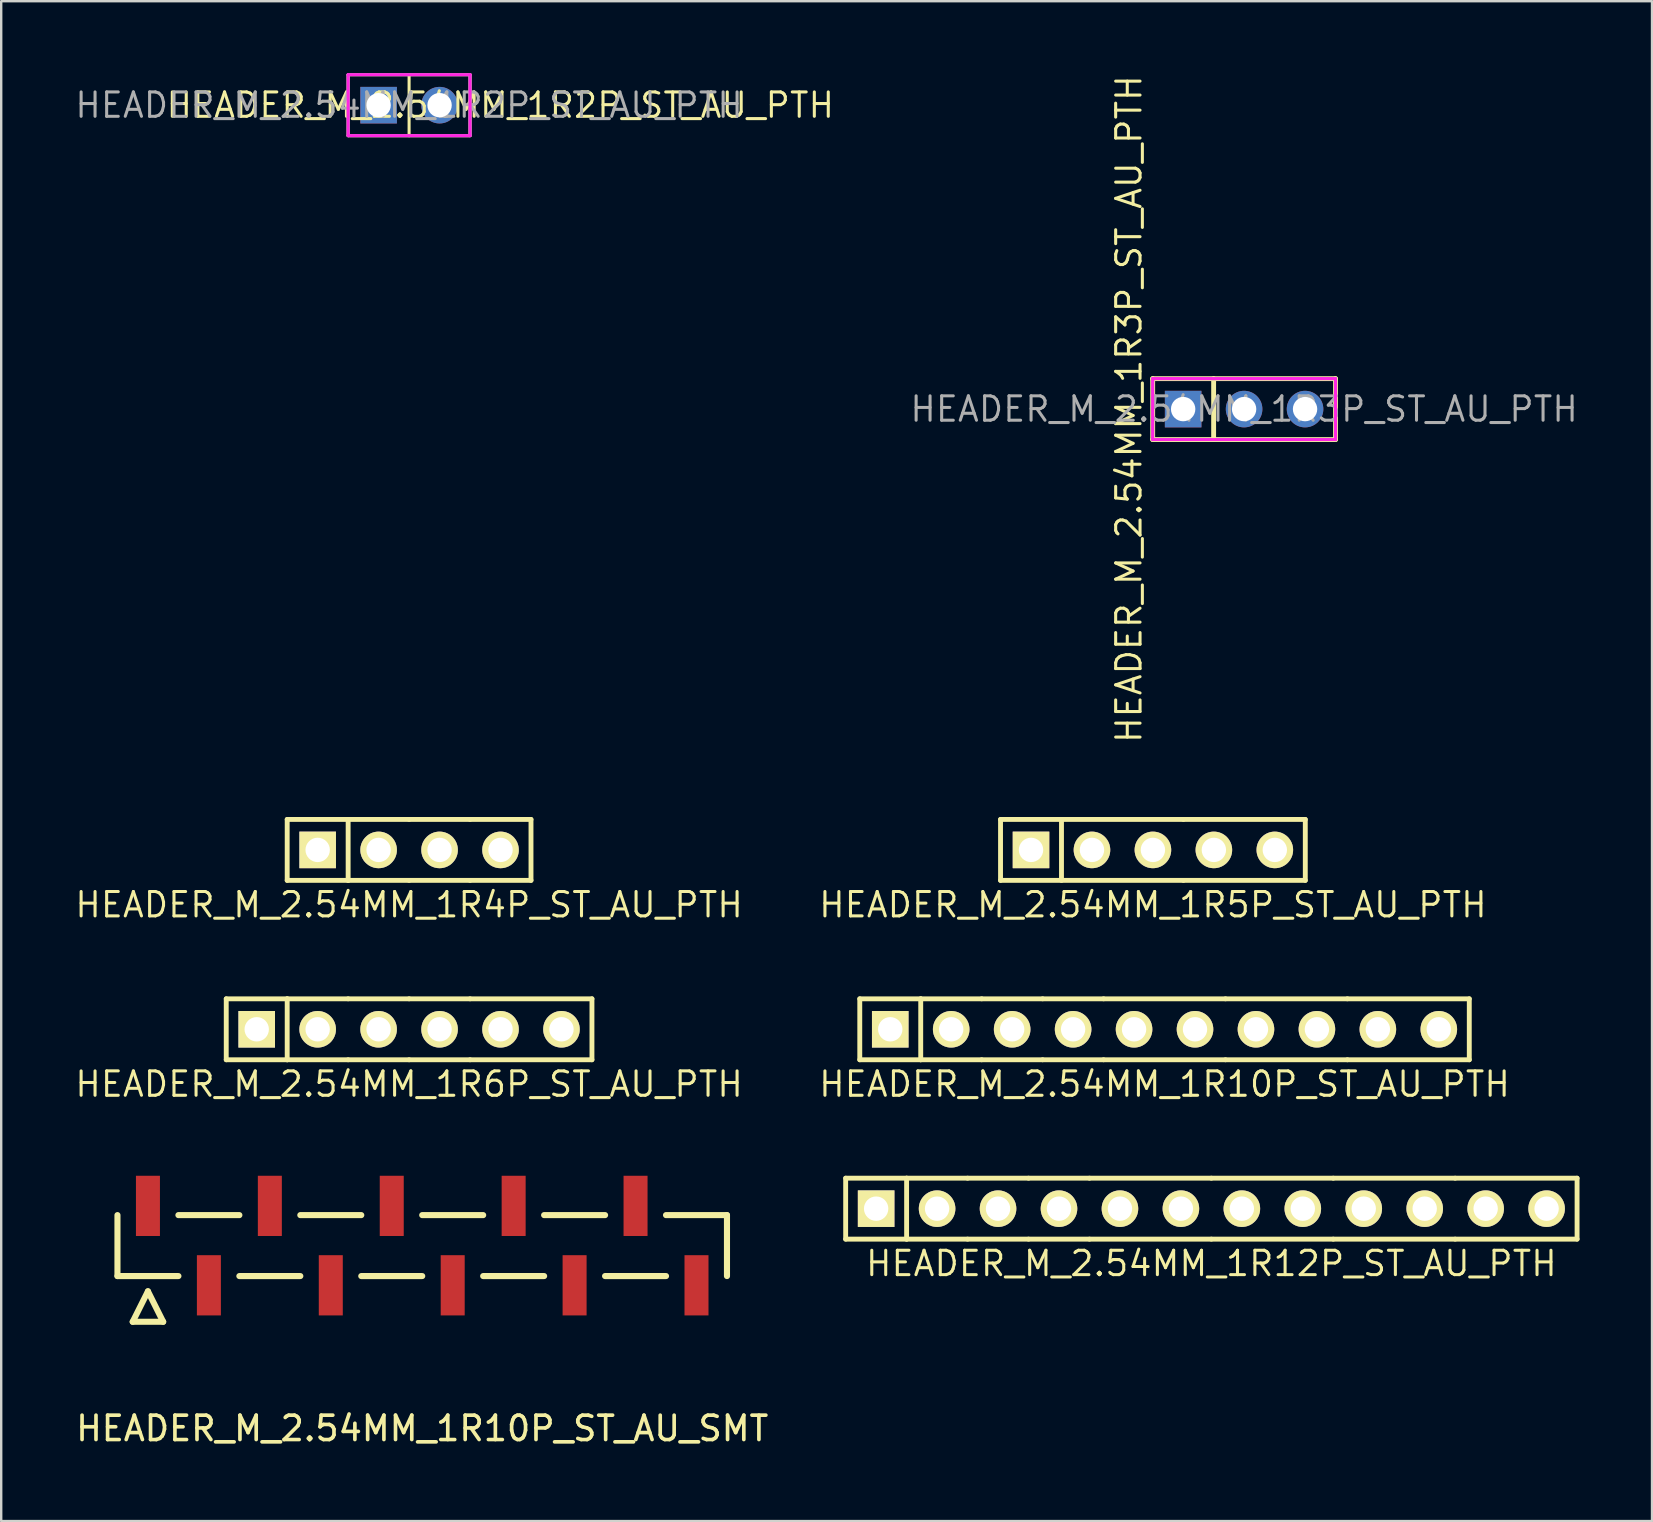
<source format=kicad_pcb>
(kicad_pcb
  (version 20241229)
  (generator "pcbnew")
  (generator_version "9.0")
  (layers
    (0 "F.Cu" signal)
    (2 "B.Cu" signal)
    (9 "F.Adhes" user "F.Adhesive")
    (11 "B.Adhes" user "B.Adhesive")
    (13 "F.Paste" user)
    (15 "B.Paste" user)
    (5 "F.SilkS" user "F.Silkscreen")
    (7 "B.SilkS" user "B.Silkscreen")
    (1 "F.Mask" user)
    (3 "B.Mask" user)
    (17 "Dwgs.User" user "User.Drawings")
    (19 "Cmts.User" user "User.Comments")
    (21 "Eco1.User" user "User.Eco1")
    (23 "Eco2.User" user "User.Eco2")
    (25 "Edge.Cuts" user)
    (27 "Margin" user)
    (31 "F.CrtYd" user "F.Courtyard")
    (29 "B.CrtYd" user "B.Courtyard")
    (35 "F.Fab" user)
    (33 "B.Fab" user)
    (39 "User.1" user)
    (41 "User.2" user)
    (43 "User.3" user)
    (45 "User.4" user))
  (footprint "HEADER_M_2.54MM_1R4P_ST_AU_PTH"
    (layer "F.Cu")
    (at 13.998 32.368)
    (property "Reference" "HEADER_M_2.54MM_1R4P_ST_AU_PTH" (at 0 2.286 0) (layer "F.SilkS") (effects (font (size 1.016 1.016) (thickness 0.127))))
    (attr through_hole)
    (fp_line (start -5.08 -1.27) (end -2.54 -1.27) (stroke (width 0.203) (type solid)) (layer "F.SilkS"))
    (fp_line (start -5.08 1.27) (end -5.08 -1.27) (stroke (width 0.203) (type solid)) (layer "F.SilkS"))
    (fp_line (start -5.08 1.27) (end -2.54 1.27) (stroke (width 0.203) (type solid)) (layer "F.SilkS"))
    (fp_line (start -2.54 -1.27) (end -2.54 1.27) (stroke (width 0.203) (type solid)) (layer "F.SilkS"))
    (fp_line (start -2.54 -1.27) (end 0 -1.27) (stroke (width 0.203) (type solid)) (layer "F.SilkS"))
    (fp_line (start -2.54 1.27) (end 0 1.27) (stroke (width 0.203) (type solid)) (layer "F.SilkS"))
    (fp_line (start 0 -1.27) (end 2.54 -1.27) (stroke (width 0.203) (type solid)) (layer "F.SilkS"))
    (fp_line (start 0 1.27) (end 2.54 1.27) (stroke (width 0.203) (type solid)) (layer "F.SilkS"))
    (fp_line (start 2.54 -1.27) (end 5.08 -1.27) (stroke (width 0.203) (type solid)) (layer "F.SilkS"))
    (fp_line (start 2.54 1.27) (end 5.08 1.27) (stroke (width 0.203) (type solid)) (layer "F.SilkS"))
    (fp_line (start 5.08 -1.27) (end 5.08 1.27) (stroke (width 0.203) (type solid)) (layer "F.SilkS"))
    (pad "1" thru_hole rect (at -3.81 0) (size 1.524 1.524) (drill 1.016) (layers "*.Cu" "*.Mask" "F.SilkS"))
    (pad "2" thru_hole circle (at -1.27 0) (size 1.524 1.524) (drill 1.016) (layers "*.Cu" "*.Mask" "F.SilkS"))
    (pad "3" thru_hole circle (at 1.27 0) (size 1.524 1.524) (drill 1.016) (layers "*.Cu" "*.Mask" "F.SilkS"))
    (pad "4" thru_hole circle (at 3.81 0) (size 1.524 1.524) (drill 1.016) (layers "*.Cu" "*.Mask" "F.SilkS")))
  (footprint "HEADER_M_2.54MM_1R6P_ST_AU_PTH"
    (layer "F.Cu")
    (at 13.998 39.843)
    (property "Reference" "HEADER_M_2.54MM_1R6P_ST_AU_PTH" (at 0 2.286 0) (layer "F.SilkS") (effects (font (size 1.016 1.016) (thickness 0.127))))
    (attr through_hole)
    (fp_line (start -7.62 -1.27) (end -5.08 -1.27) (stroke (width 0.203) (type solid)) (layer "F.SilkS"))
    (fp_line (start -7.62 1.27) (end -7.62 -1.27) (stroke (width 0.203) (type solid)) (layer "F.SilkS"))
    (fp_line (start -7.62 1.27) (end -5.08 1.27) (stroke (width 0.203) (type solid)) (layer "F.SilkS"))
    (fp_line (start -5.08 -1.27) (end -5.08 1.27) (stroke (width 0.203) (type solid)) (layer "F.SilkS"))
    (fp_line (start -5.08 -1.27) (end -2.54 -1.27) (stroke (width 0.203) (type solid)) (layer "F.SilkS"))
    (fp_line (start -5.08 1.27) (end -2.54 1.27) (stroke (width 0.203) (type solid)) (layer "F.SilkS"))
    (fp_line (start -2.54 -1.27) (end 0 -1.27) (stroke (width 0.203) (type solid)) (layer "F.SilkS"))
    (fp_line (start -2.54 1.27) (end 0 1.27) (stroke (width 0.203) (type solid)) (layer "F.SilkS"))
    (fp_line (start 0 -1.27) (end 2.54 -1.27) (stroke (width 0.203) (type solid)) (layer "F.SilkS"))
    (fp_line (start 0 1.27) (end 2.54 1.27) (stroke (width 0.203) (type solid)) (layer "F.SilkS"))
    (fp_line (start 2.54 -1.27) (end 7.62 -1.27) (stroke (width 0.203) (type solid)) (layer "F.SilkS"))
    (fp_line (start 2.54 1.27) (end 7.62 1.27) (stroke (width 0.203) (type solid)) (layer "F.SilkS"))
    (fp_line (start 7.62 -1.27) (end 7.62 1.27) (stroke (width 0.203) (type solid)) (layer "F.SilkS"))
    (pad "1" thru_hole rect (at -6.35 0) (size 1.524 1.524) (drill 1.016) (layers "*.Cu" "*.Mask" "F.SilkS"))
    (pad "2" thru_hole circle (at -3.81 0) (size 1.524 1.524) (drill 1.016) (layers "*.Cu" "*.Mask" "F.SilkS"))
    (pad "3" thru_hole circle (at -1.27 0) (size 1.524 1.524) (drill 1.016) (layers "*.Cu" "*.Mask" "F.SilkS"))
    (pad "4" thru_hole circle (at 1.27 0) (size 1.524 1.524) (drill 1.016) (layers "*.Cu" "*.Mask" "F.SilkS"))
    (pad "5" thru_hole circle (at 3.81 0) (size 1.524 1.524) (drill 1.016) (layers "*.Cu" "*.Mask" "F.SilkS"))
    (pad "6" thru_hole circle (at 6.35 0) (size 1.524 1.524) (drill 1.016) (layers "*.Cu" "*.Mask" "F.SilkS")))
  (footprint "HEADER_M_2.54MM_1R12P_ST_AU_PTH"
    (layer "F.Cu")
    (at 47.431 47.318)
    (property "Reference" "HEADER_M_2.54MM_1R12P_ST_AU_PTH" (at 0 2.286 0) (layer "F.SilkS") (effects (font (size 1.016 1.016) (thickness 0.127))))
    (attr through_hole)
    (fp_line (start -15.24 -1.27) (end -12.7 -1.27) (stroke (width 0.203) (type solid)) (layer "F.SilkS"))
    (fp_line (start -15.24 1.27) (end -15.24 -1.27) (stroke (width 0.203) (type solid)) (layer "F.SilkS"))
    (fp_line (start -15.24 1.27) (end -12.7 1.27) (stroke (width 0.203) (type solid)) (layer "F.SilkS"))
    (fp_line (start -12.7 -1.27) (end -12.7 1.27) (stroke (width 0.203) (type solid)) (layer "F.SilkS"))
    (fp_line (start -12.7 -1.27) (end -10.16 -1.27) (stroke (width 0.203) (type solid)) (layer "F.SilkS"))
    (fp_line (start -12.7 1.27) (end -10.16 1.27) (stroke (width 0.203) (type solid)) (layer "F.SilkS"))
    (fp_line (start -10.16 -1.27) (end -7.62 -1.27) (stroke (width 0.203) (type solid)) (layer "F.SilkS"))
    (fp_line (start -10.16 1.27) (end -7.62 1.27) (stroke (width 0.203) (type solid)) (layer "F.SilkS"))
    (fp_line (start -7.62 -1.27) (end -5.08 -1.27) (stroke (width 0.203) (type solid)) (layer "F.SilkS"))
    (fp_line (start -7.62 1.27) (end -5.08 1.27) (stroke (width 0.203) (type solid)) (layer "F.SilkS"))
    (fp_line (start -5.08 -1.27) (end 0 -1.27) (stroke (width 0.203) (type solid)) (layer "F.SilkS"))
    (fp_line (start -5.08 1.27) (end 0 1.27) (stroke (width 0.203) (type solid)) (layer "F.SilkS"))
    (fp_line (start 0 -1.27) (end 5.08 -1.27) (stroke (width 0.203) (type solid)) (layer "F.SilkS"))
    (fp_line (start 0 1.27) (end 5.08 1.27) (stroke (width 0.203) (type solid)) (layer "F.SilkS"))
    (fp_line (start 5.08 -1.27) (end 10.16 -1.27) (stroke (width 0.203) (type solid)) (layer "F.SilkS"))
    (fp_line (start 5.08 1.27) (end 10.16 1.27) (stroke (width 0.203) (type solid)) (layer "F.SilkS"))
    (fp_line (start 10.16 -1.27) (end 15.24 -1.27) (stroke (width 0.203) (type solid)) (layer "F.SilkS"))
    (fp_line (start 10.16 1.27) (end 15.24 1.27) (stroke (width 0.203) (type solid)) (layer "F.SilkS"))
    (fp_line (start 15.24 -1.27) (end 15.24 1.27) (stroke (width 0.203) (type solid)) (layer "F.SilkS"))
    (pad "1" thru_hole rect (at -13.97 0) (size 1.524 1.524) (drill 1.016) (layers "*.Cu" "*.Mask" "F.SilkS"))
    (pad "2" thru_hole circle (at -11.43 0) (size 1.524 1.524) (drill 1.016) (layers "*.Cu" "*.Mask" "F.SilkS"))
    (pad "3" thru_hole circle (at -8.89 0) (size 1.524 1.524) (drill 1.016) (layers "*.Cu" "*.Mask" "F.SilkS"))
    (pad "4" thru_hole circle (at -6.35 0) (size 1.524 1.524) (drill 1.016) (layers "*.Cu" "*.Mask" "F.SilkS"))
    (pad "5" thru_hole circle (at -3.81 0) (size 1.524 1.524) (drill 1.016) (layers "*.Cu" "*.Mask" "F.SilkS"))
    (pad "6" thru_hole circle (at -1.27 0) (size 1.524 1.524) (drill 1.016) (layers "*.Cu" "*.Mask" "F.SilkS"))
    (pad "7" thru_hole circle (at 1.27 0) (size 1.524 1.524) (drill 1.016) (layers "*.Cu" "*.Mask" "F.SilkS"))
    (pad "8" thru_hole circle (at 3.81 0) (size 1.524 1.524) (drill 1.016) (layers "*.Cu" "*.Mask" "F.SilkS"))
    (pad "9" thru_hole circle (at 6.35 0) (size 1.524 1.524) (drill 1.016) (layers "*.Cu" "*.Mask" "F.SilkS"))
    (pad "10" thru_hole circle (at 8.89 0) (size 1.524 1.524) (drill 1.016) (layers "*.Cu" "*.Mask" "F.SilkS"))
    (pad "11" thru_hole circle (at 11.43 0) (size 1.524 1.524) (drill 1.016) (layers "*.Cu" "*.Mask" "F.SilkS"))
    (pad "12" thru_hole circle (at 13.97 0) (size 1.524 1.524) (drill 1.016) (layers "*.Cu" "*.Mask" "F.SilkS")))
  (footprint "HEADER_M_2.54MM_1R10P_ST_AU_SMT"
    (layer "F.Cu")
    (at 14.545 48.857)
    (property "Reference" "HEADER_M_2.54MM_1R10P_ST_AU_SMT" (at 0 7.62 0) (layer "F.SilkS") (effects (font (size 1.016 1.016) (thickness 0.152))))
    (attr through_hole)
    (fp_line (start -12.7 -1.27) (end -12.7 1.27) (stroke (width 0.254) (type solid)) (layer "F.SilkS"))
    (fp_line (start -12.7 1.27) (end -10.16 1.27) (stroke (width 0.254) (type solid)) (layer "F.SilkS"))
    (fp_line (start -12.065 3.175) (end -11.43 1.905) (stroke (width 0.254) (type solid)) (layer "F.SilkS"))
    (fp_line (start -11.43 1.905) (end -10.795 3.175) (stroke (width 0.254) (type solid)) (layer "F.SilkS"))
    (fp_line (start -10.795 3.175) (end -12.065 3.175) (stroke (width 0.254) (type solid)) (layer "F.SilkS"))
    (fp_line (start -7.62 -1.27) (end -10.16 -1.27) (stroke (width 0.254) (type solid)) (layer "F.SilkS"))
    (fp_line (start -7.62 1.27) (end -5.08 1.27) (stroke (width 0.254) (type solid)) (layer "F.SilkS"))
    (fp_line (start -2.54 -1.27) (end -5.08 -1.27) (stroke (width 0.254) (type solid)) (layer "F.SilkS"))
    (fp_line (start -2.54 1.27) (end 0 1.27) (stroke (width 0.254) (type solid)) (layer "F.SilkS"))
    (fp_line (start 2.54 -1.27) (end 0 -1.27) (stroke (width 0.254) (type solid)) (layer "F.SilkS"))
    (fp_line (start 2.54 1.27) (end 5.08 1.27) (stroke (width 0.254) (type solid)) (layer "F.SilkS"))
    (fp_line (start 7.62 -1.27) (end 5.08 -1.27) (stroke (width 0.254) (type solid)) (layer "F.SilkS"))
    (fp_line (start 7.62 1.27) (end 10.16 1.27) (stroke (width 0.254) (type solid)) (layer "F.SilkS"))
    (fp_line (start 12.7 -1.27) (end 10.16 -1.27) (stroke (width 0.254) (type solid)) (layer "F.SilkS"))
    (fp_line (start 12.7 1.27) (end 12.7 -1.27) (stroke (width 0.254) (type solid)) (layer "F.SilkS"))
    (pad "1" smd rect (at -11.43 -1.655 180) (size 1 2.51) (layers "F.Cu" "F.Mask" "F.Paste"))
    (pad "2" smd rect (at -8.89 1.655 180) (size 1 2.51) (layers "F.Cu" "F.Mask" "F.Paste"))
    (pad "3" smd rect (at -6.35 -1.655 180) (size 1 2.51) (layers "F.Cu" "F.Mask" "F.Paste"))
    (pad "4" smd rect (at -3.81 1.655 180) (size 1 2.51) (layers "F.Cu" "F.Mask" "F.Paste"))
    (pad "5" smd rect (at -1.27 -1.655 180) (size 1 2.51) (layers "F.Cu" "F.Mask" "F.Paste"))
    (pad "6" smd rect (at 1.27 1.655 180) (size 1 2.51) (layers "F.Cu" "F.Mask" "F.Paste"))
    (pad "7" smd rect (at 3.81 -1.655 180) (size 1 2.51) (layers "F.Cu" "F.Mask" "F.Paste"))
    (pad "8" smd rect (at 6.35 1.655 180) (size 1 2.51) (layers "F.Cu" "F.Mask" "F.Paste"))
    (pad "9" smd rect (at 8.89 -1.655 180) (size 1 2.51) (layers "F.Cu" "F.Mask" "F.Paste"))
    (pad "10" smd rect (at 11.43 1.655 180) (size 1 2.51) (layers "F.Cu" "F.Mask" "F.Paste")))
  (footprint "HEADER_M_2.54MM_1R10P_ST_AU_PTH"
    (layer "F.Cu")
    (at 45.479 39.843)
    (property "Reference" "HEADER_M_2.54MM_1R10P_ST_AU_PTH" (at 0 2.286 0) (layer "F.SilkS") (effects (font (size 1.016 1.016) (thickness 0.127))))
    (attr through_hole)
    (fp_line (start -12.7 -1.27) (end -10.16 -1.27) (stroke (width 0.203) (type solid)) (layer "F.SilkS"))
    (fp_line (start -12.7 1.27) (end -12.7 -1.27) (stroke (width 0.203) (type solid)) (layer "F.SilkS"))
    (fp_line (start -12.7 1.27) (end -10.16 1.27) (stroke (width 0.203) (type solid)) (layer "F.SilkS"))
    (fp_line (start -10.16 -1.27) (end -10.16 1.27) (stroke (width 0.203) (type solid)) (layer "F.SilkS"))
    (fp_line (start -10.16 -1.27) (end -7.62 -1.27) (stroke (width 0.203) (type solid)) (layer "F.SilkS"))
    (fp_line (start -10.16 1.27) (end -7.62 1.27) (stroke (width 0.203) (type solid)) (layer "F.SilkS"))
    (fp_line (start -7.62 -1.27) (end -5.08 -1.27) (stroke (width 0.203) (type solid)) (layer "F.SilkS"))
    (fp_line (start -7.62 1.27) (end -5.08 1.27) (stroke (width 0.203) (type solid)) (layer "F.SilkS"))
    (fp_line (start -5.08 -1.27) (end -2.54 -1.27) (stroke (width 0.203) (type solid)) (layer "F.SilkS"))
    (fp_line (start -5.08 1.27) (end -2.54 1.27) (stroke (width 0.203) (type solid)) (layer "F.SilkS"))
    (fp_line (start -2.54 -1.27) (end 2.54 -1.27) (stroke (width 0.203) (type solid)) (layer "F.SilkS"))
    (fp_line (start -2.54 1.27) (end 2.54 1.27) (stroke (width 0.203) (type solid)) (layer "F.SilkS"))
    (fp_line (start 2.54 -1.27) (end 7.62 -1.27) (stroke (width 0.203) (type solid)) (layer "F.SilkS"))
    (fp_line (start 2.54 1.27) (end 7.62 1.27) (stroke (width 0.203) (type solid)) (layer "F.SilkS"))
    (fp_line (start 7.62 -1.27) (end 12.7 -1.27) (stroke (width 0.203) (type solid)) (layer "F.SilkS"))
    (fp_line (start 7.62 1.27) (end 12.7 1.27) (stroke (width 0.203) (type solid)) (layer "F.SilkS"))
    (fp_line (start 12.7 -1.27) (end 12.7 1.27) (stroke (width 0.203) (type solid)) (layer "F.SilkS"))
    (pad "1" thru_hole rect (at -11.43 0) (size 1.524 1.524) (drill 1.016) (layers "*.Cu" "*.Mask" "F.SilkS"))
    (pad "2" thru_hole circle (at -8.89 0) (size 1.524 1.524) (drill 1.016) (layers "*.Cu" "*.Mask" "F.SilkS"))
    (pad "3" thru_hole circle (at -6.35 0) (size 1.524 1.524) (drill 1.016) (layers "*.Cu" "*.Mask" "F.SilkS"))
    (pad "4" thru_hole circle (at -3.81 0) (size 1.524 1.524) (drill 1.016) (layers "*.Cu" "*.Mask" "F.SilkS"))
    (pad "5" thru_hole circle (at -1.27 0) (size 1.524 1.524) (drill 1.016) (layers "*.Cu" "*.Mask" "F.SilkS"))
    (pad "6" thru_hole circle (at 1.27 0) (size 1.524 1.524) (drill 1.016) (layers "*.Cu" "*.Mask" "F.SilkS"))
    (pad "7" thru_hole circle (at 3.81 0) (size 1.524 1.524) (drill 1.016) (layers "*.Cu" "*.Mask" "F.SilkS"))
    (pad "8" thru_hole circle (at 6.35 0) (size 1.524 1.524) (drill 1.016) (layers "*.Cu" "*.Mask" "F.SilkS"))
    (pad "9" thru_hole circle (at 8.89 0) (size 1.524 1.524) (drill 1.016) (layers "*.Cu" "*.Mask" "F.SilkS"))
    (pad "10" thru_hole circle (at 11.43 0) (size 1.524 1.524) (drill 1.016) (layers "*.Cu" "*.Mask" "F.SilkS")))
  (footprint "HEADER_M_2.54MM_1R5P_ST_AU_PTH"
    (layer "F.Cu")
    (at 44.995 32.368)
    (property "Reference" "HEADER_M_2.54MM_1R5P_ST_AU_PTH" (at 0 2.286 0) (layer "F.SilkS") (effects (font (size 1.016 1.016) (thickness 0.127))))
    (attr through_hole)
    (fp_line (start -6.35 -1.27) (end -6.35 1.27) (stroke (width 0.203) (type solid)) (layer "F.SilkS"))
    (fp_line (start -6.35 1.27) (end 1.27 1.27) (stroke (width 0.203) (type solid)) (layer "F.SilkS"))
    (fp_line (start -3.81 -1.27) (end -3.81 1.27) (stroke (width 0.203) (type solid)) (layer "F.SilkS"))
    (fp_line (start 1.27 -1.27) (end -6.35 -1.27) (stroke (width 0.203) (type solid)) (layer "F.SilkS"))
    (fp_line (start 1.27 -1.27) (end 6.35 -1.27) (stroke (width 0.203) (type solid)) (layer "F.SilkS"))
    (fp_line (start 1.27 1.27) (end 6.35 1.27) (stroke (width 0.203) (type solid)) (layer "F.SilkS"))
    (fp_line (start 6.35 1.27) (end 6.35 -1.27) (stroke (width 0.203) (type solid)) (layer "F.SilkS"))
    (pad "1" thru_hole rect (at -5.08 0) (size 1.524 1.524) (drill 1.016) (layers "*.Cu" "*.Mask" "F.SilkS"))
    (pad "2" thru_hole circle (at -2.54 0) (size 1.524 1.524) (drill 1.016) (layers "*.Cu" "*.Mask" "F.SilkS"))
    (pad "3" thru_hole circle (at 0 0) (size 1.524 1.524) (drill 1.016) (layers "*.Cu" "*.Mask" "F.SilkS"))
    (pad "4" thru_hole circle (at 2.54 0) (size 1.524 1.524) (drill 1.016) (layers "*.Cu" "*.Mask" "F.SilkS"))
    (pad "5" thru_hole circle (at 5.08 0) (size 1.524 1.524) (drill 1.016) (layers "*.Cu" "*.Mask" "F.SilkS")))
  (footprint "HEADER_M_2.54MM_1R2P_ST_AU_PTH"
    (layer "F.Cu")
    (at 13.998 1.333)
    (property "Reference" "HEADER_M_2.54MM_1R2P_ST_AU_PTH" (at 3.8 0 0) (layer "F.SilkS") (effects (font (size 1.016 1.016) (thickness 0.127))))
    (attr through_hole)
    (fp_line (start -2.54 -1.27) (end 0 -1.27) (stroke (width 0.127) (type solid)) (layer "F.SilkS"))
    (fp_line (start -2.54 1.27) (end -2.54 -1.27) (stroke (width 0.127) (type solid)) (layer "F.SilkS"))
    (fp_line (start -2.54 1.27) (end 0 1.27) (stroke (width 0.127) (type solid)) (layer "F.SilkS"))
    (fp_line (start 0 -1.27) (end 0 1.27) (stroke (width 0.127) (type solid)) (layer "F.SilkS"))
    (fp_line (start 0 -1.27) (end 2.54 -1.27) (stroke (width 0.127) (type solid)) (layer "F.SilkS"))
    (fp_line (start 0 1.27) (end 2.54 1.27) (stroke (width 0.127) (type solid)) (layer "F.SilkS"))
    (fp_line (start 2.54 -1.27) (end 2.54 1.27) (stroke (width 0.127) (type solid)) (layer "F.SilkS"))
    (fp_line (start -2.54 -1.27) (end 2.54 -1.27) (stroke (width 0.127) (type solid)) (layer "F.CrtYd"))
    (fp_line (start -2.54 1.27) (end -2.54 -1.27) (stroke (width 0.127) (type solid)) (layer "F.CrtYd"))
    (fp_line (start 2.54 -1.27) (end 2.54 1.27) (stroke (width 0.127) (type solid)) (layer "F.CrtYd"))
    (fp_line (start 2.54 1.27) (end -2.54 1.27) (stroke (width 0.127) (type solid)) (layer "F.CrtYd"))
    (fp_line (start -2.54 -1.27) (end 2.54 -1.27) (stroke (width 0.127) (type solid)) (layer "F.Fab"))
    (fp_line (start -2.54 1.27) (end -2.54 -1.27) (stroke (width 0.127) (type solid)) (layer "F.Fab"))
    (fp_line (start 2.54 -1.27) (end 2.54 1.27) (stroke (width 0.127) (type solid)) (layer "F.Fab"))
    (fp_line (start 2.54 1.27) (end -2.54 1.27) (stroke (width 0.127) (type solid)) (layer "F.Fab"))
    (fp_text user "${REFERENCE}" (at 0 0 0) (layer "F.Fab") (effects (font (size 1.016 1.016) (thickness 0.127))))
    (pad "1" thru_hole rect (at -1.27 0) (size 1.524 1.524) (drill 1.016) (layers "*.Cu" "*.Mask"))
    (pad "2" thru_hole circle (at 1.27 0) (size 1.524 1.524) (drill 1.016) (layers "*.Cu" "*.Mask")))
  (footprint "HEADER_M_2.54MM_1R3P_ST_AU_PTH"
    (layer "F.Cu")
    (at 48.795 13.998)
    (property "Reference" "HEADER_M_2.54MM_1R3P_ST_AU_PTH" (at -4.8 0 90) (layer "F.SilkS") (effects (font (size 1.016 1.016) (thickness 0.127))))
    (attr through_hole)
    (fp_line (start -3.81 -1.27) (end -3.81 1.27) (stroke (width 0.203) (type solid)) (layer "F.SilkS"))
    (fp_line (start -3.81 1.27) (end 3.81 1.27) (stroke (width 0.203) (type solid)) (layer "F.SilkS"))
    (fp_line (start -1.27 -1.27) (end -1.27 1.27) (stroke (width 0.203) (type solid)) (layer "F.SilkS"))
    (fp_line (start 3.81 -1.27) (end -3.81 -1.27) (stroke (width 0.203) (type solid)) (layer "F.SilkS"))
    (fp_line (start 3.81 1.27) (end 3.81 -1.27) (stroke (width 0.203) (type solid)) (layer "F.SilkS"))
    (fp_line (start -3.81 -1.27) (end 3.81 -1.27) (stroke (width 0.127) (type solid)) (layer "F.CrtYd"))
    (fp_line (start -3.81 1.27) (end -3.81 -1.27) (stroke (width 0.127) (type solid)) (layer "F.CrtYd"))
    (fp_line (start 3.81 -1.27) (end 3.81 1.27) (stroke (width 0.127) (type solid)) (layer "F.CrtYd"))
    (fp_line (start 3.81 1.27) (end -3.81 1.27) (stroke (width 0.127) (type solid)) (layer "F.CrtYd"))
    (fp_line (start -3.81 -1.27) (end 3.81 -1.27) (stroke (width 0.127) (type solid)) (layer "F.Fab"))
    (fp_line (start -3.81 1.27) (end -3.81 -1.27) (stroke (width 0.127) (type solid)) (layer "F.Fab"))
    (fp_line (start 3.81 -1.27) (end 3.81 1.27) (stroke (width 0.127) (type solid)) (layer "F.Fab"))
    (fp_line (start 3.81 1.27) (end -3.81 1.27) (stroke (width 0.127) (type solid)) (layer "F.Fab"))
    (fp_text user "${REFERENCE}" (at 0 0 0) (layer "F.Fab") (effects (font (size 1.016 1.016) (thickness 0.127))))
    (pad "1" thru_hole rect (at -2.54 0) (size 1.524 1.524) (drill 1.016) (layers "*.Cu" "*.Mask"))
    (pad "2" thru_hole circle (at 0 0) (size 1.524 1.524) (drill 1.016) (layers "*.Cu" "*.Mask"))
    (pad "3" thru_hole circle (at 2.54 0) (size 1.524 1.524) (drill 1.016) (layers "*.Cu" "*.Mask")))
  (gr_rect
    (start -3 -3)
    (end 65.794 60.338)
    (stroke (width 0.1) (type default))
    (fill no)
    (layer "Edge.Cuts")))
</source>
